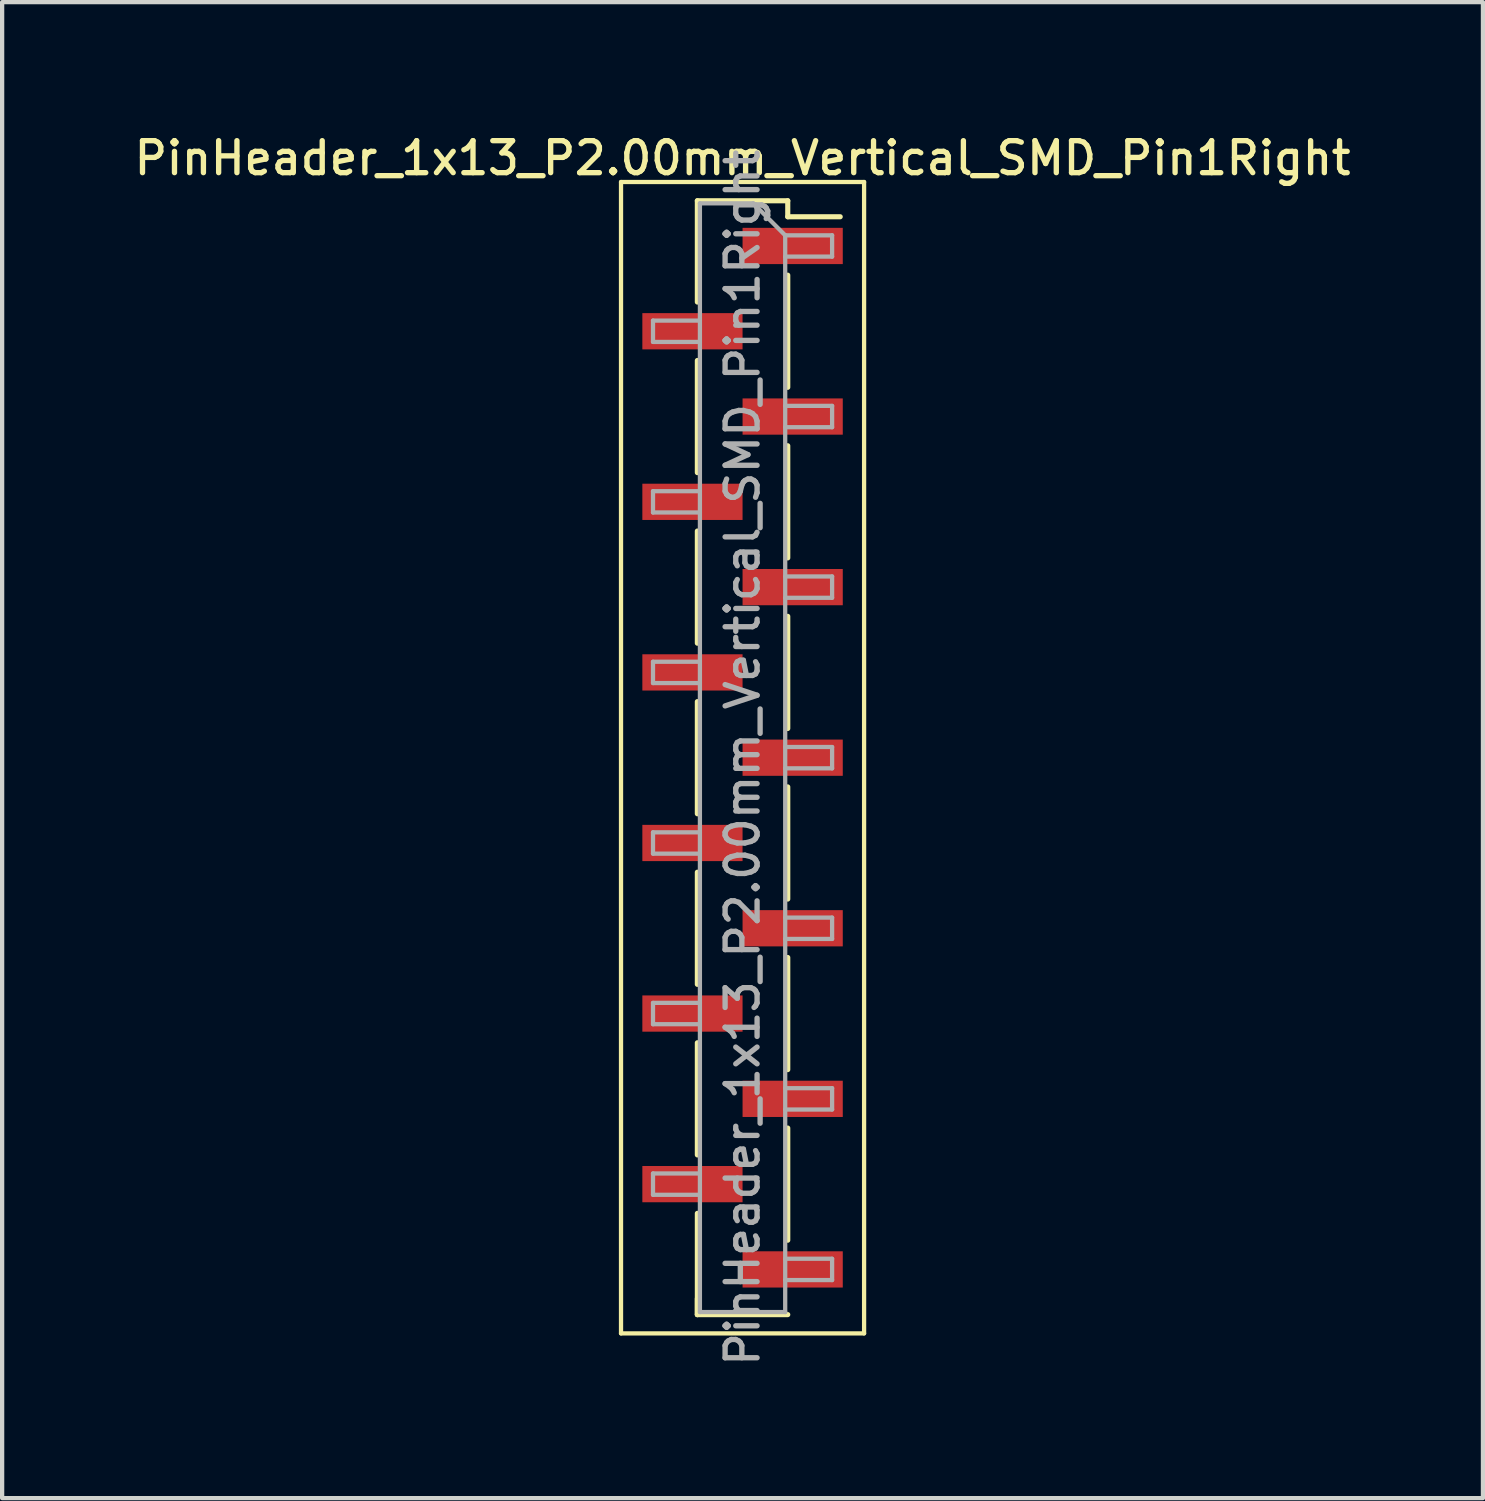
<source format=kicad_pcb>
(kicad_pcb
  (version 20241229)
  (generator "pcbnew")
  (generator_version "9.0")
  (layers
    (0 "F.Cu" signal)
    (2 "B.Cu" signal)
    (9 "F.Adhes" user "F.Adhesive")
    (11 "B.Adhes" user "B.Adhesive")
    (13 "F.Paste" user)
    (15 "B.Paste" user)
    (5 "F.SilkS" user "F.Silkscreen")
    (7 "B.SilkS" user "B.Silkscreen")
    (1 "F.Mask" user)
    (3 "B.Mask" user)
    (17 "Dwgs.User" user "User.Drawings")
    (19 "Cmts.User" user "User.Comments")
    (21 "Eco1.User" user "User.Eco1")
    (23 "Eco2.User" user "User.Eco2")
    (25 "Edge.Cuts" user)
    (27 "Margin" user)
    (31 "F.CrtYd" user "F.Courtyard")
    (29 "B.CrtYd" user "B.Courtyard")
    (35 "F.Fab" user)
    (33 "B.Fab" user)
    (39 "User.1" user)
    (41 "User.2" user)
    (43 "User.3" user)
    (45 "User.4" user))
  (footprint "PinHeader_1x13_P2.00mm_Vertical_SMD_Pin1Right"
    (layer "F.Cu")
    (at 14.363 14.718)
    (property "Reference" "PinHeader_1x13_P2.00mm_Vertical_SMD_Pin1Right" (at 0 -14.06 0) (layer "F.SilkS") (effects (font (size 0.75 0.75) (thickness 0.125))))
    (attr smd)
    (fp_line (start -2.85 -13.5) (end -2.85 13.5) (stroke (width 0.1) (type solid)) (layer "F.SilkS"))
    (fp_line (start -2.85 13.5) (end 2.85 13.5) (stroke (width 0.1) (type solid)) (layer "F.SilkS"))
    (fp_line (start -1.06 -13.06) (end -1.06 -10.685) (stroke (width 0.12) (type solid)) (layer "F.SilkS"))
    (fp_line (start -1.06 -13.06) (end 1.06 -13.06) (stroke (width 0.12) (type solid)) (layer "F.SilkS"))
    (fp_line (start -1.06 -9.315) (end -1.06 -6.685) (stroke (width 0.12) (type solid)) (layer "F.SilkS"))
    (fp_line (start -1.06 -5.315) (end -1.06 -2.685) (stroke (width 0.12) (type solid)) (layer "F.SilkS"))
    (fp_line (start -1.06 -1.315) (end -1.06 1.315) (stroke (width 0.12) (type solid)) (layer "F.SilkS"))
    (fp_line (start -1.06 2.685) (end -1.06 5.315) (stroke (width 0.12) (type solid)) (layer "F.SilkS"))
    (fp_line (start -1.06 6.685) (end -1.06 9.315) (stroke (width 0.12) (type solid)) (layer "F.SilkS"))
    (fp_line (start -1.06 10.685) (end -1.06 13.06) (stroke (width 0.12) (type solid)) (layer "F.SilkS"))
    (fp_line (start -1.06 12.685) (end -1.06 13.06) (stroke (width 0.12) (type solid)) (layer "F.SilkS"))
    (fp_line (start -1.06 13.06) (end 1.06 13.06) (stroke (width 0.12) (type solid)) (layer "F.SilkS"))
    (fp_line (start 1.06 -13.06) (end 1.06 -12.685) (stroke (width 0.12) (type solid)) (layer "F.SilkS"))
    (fp_line (start 1.06 -12.685) (end 2.29 -12.685) (stroke (width 0.12) (type solid)) (layer "F.SilkS"))
    (fp_line (start 1.06 -11.315) (end 1.06 -8.685) (stroke (width 0.12) (type solid)) (layer "F.SilkS"))
    (fp_line (start 1.06 -7.315) (end 1.06 -4.685) (stroke (width 0.12) (type solid)) (layer "F.SilkS"))
    (fp_line (start 1.06 -3.315) (end 1.06 -0.685) (stroke (width 0.12) (type solid)) (layer "F.SilkS"))
    (fp_line (start 1.06 0.685) (end 1.06 3.315) (stroke (width 0.12) (type solid)) (layer "F.SilkS"))
    (fp_line (start 1.06 4.685) (end 1.06 7.315) (stroke (width 0.12) (type solid)) (layer "F.SilkS"))
    (fp_line (start 1.06 8.685) (end 1.06 11.315) (stroke (width 0.12) (type solid)) (layer "F.SilkS"))
    (fp_line (start 2.85 -13.5) (end -2.85 -13.5) (stroke (width 0.1) (type solid)) (layer "F.SilkS"))
    (fp_line (start 2.85 13.5) (end 2.85 -13.5) (stroke (width 0.1) (type solid)) (layer "F.SilkS"))
    (fp_line (start -2.1 -10.25) (end -2.1 -9.75) (stroke (width 0.1) (type solid)) (layer "F.Fab"))
    (fp_line (start -2.1 -9.75) (end -1 -9.75) (stroke (width 0.1) (type solid)) (layer "F.Fab"))
    (fp_line (start -2.1 -6.25) (end -2.1 -5.75) (stroke (width 0.1) (type solid)) (layer "F.Fab"))
    (fp_line (start -2.1 -5.75) (end -1 -5.75) (stroke (width 0.1) (type solid)) (layer "F.Fab"))
    (fp_line (start -2.1 -2.25) (end -2.1 -1.75) (stroke (width 0.1) (type solid)) (layer "F.Fab"))
    (fp_line (start -2.1 -1.75) (end -1 -1.75) (stroke (width 0.1) (type solid)) (layer "F.Fab"))
    (fp_line (start -2.1 1.75) (end -2.1 2.25) (stroke (width 0.1) (type solid)) (layer "F.Fab"))
    (fp_line (start -2.1 2.25) (end -1 2.25) (stroke (width 0.1) (type solid)) (layer "F.Fab"))
    (fp_line (start -2.1 5.75) (end -2.1 6.25) (stroke (width 0.1) (type solid)) (layer "F.Fab"))
    (fp_line (start -2.1 6.25) (end -1 6.25) (stroke (width 0.1) (type solid)) (layer "F.Fab"))
    (fp_line (start -2.1 9.75) (end -2.1 10.25) (stroke (width 0.1) (type solid)) (layer "F.Fab"))
    (fp_line (start -2.1 10.25) (end -1 10.25) (stroke (width 0.1) (type solid)) (layer "F.Fab"))
    (fp_line (start -1 -13) (end -1 13) (stroke (width 0.1) (type solid)) (layer "F.Fab"))
    (fp_line (start -1 -13) (end 0.25 -13) (stroke (width 0.1) (type solid)) (layer "F.Fab"))
    (fp_line (start -1 -10.25) (end -2.1 -10.25) (stroke (width 0.1) (type solid)) (layer "F.Fab"))
    (fp_line (start -1 -6.25) (end -2.1 -6.25) (stroke (width 0.1) (type solid)) (layer "F.Fab"))
    (fp_line (start -1 -2.25) (end -2.1 -2.25) (stroke (width 0.1) (type solid)) (layer "F.Fab"))
    (fp_line (start -1 1.75) (end -2.1 1.75) (stroke (width 0.1) (type solid)) (layer "F.Fab"))
    (fp_line (start -1 5.75) (end -2.1 5.75) (stroke (width 0.1) (type solid)) (layer "F.Fab"))
    (fp_line (start -1 9.75) (end -2.1 9.75) (stroke (width 0.1) (type solid)) (layer "F.Fab"))
    (fp_line (start 1 -12.25) (end 0.25 -13) (stroke (width 0.1) (type solid)) (layer "F.Fab"))
    (fp_line (start 1 -12.25) (end 2.1 -12.25) (stroke (width 0.1) (type solid)) (layer "F.Fab"))
    (fp_line (start 1 -8.25) (end 2.1 -8.25) (stroke (width 0.1) (type solid)) (layer "F.Fab"))
    (fp_line (start 1 -4.25) (end 2.1 -4.25) (stroke (width 0.1) (type solid)) (layer "F.Fab"))
    (fp_line (start 1 -0.25) (end 2.1 -0.25) (stroke (width 0.1) (type solid)) (layer "F.Fab"))
    (fp_line (start 1 3.75) (end 2.1 3.75) (stroke (width 0.1) (type solid)) (layer "F.Fab"))
    (fp_line (start 1 7.75) (end 2.1 7.75) (stroke (width 0.1) (type solid)) (layer "F.Fab"))
    (fp_line (start 1 11.75) (end 2.1 11.75) (stroke (width 0.1) (type solid)) (layer "F.Fab"))
    (fp_line (start 1 13) (end -1 13) (stroke (width 0.1) (type solid)) (layer "F.Fab"))
    (fp_line (start 1 13) (end 1 -12.25) (stroke (width 0.1) (type solid)) (layer "F.Fab"))
    (fp_line (start 2.1 -12.25) (end 2.1 -11.75) (stroke (width 0.1) (type solid)) (layer "F.Fab"))
    (fp_line (start 2.1 -11.75) (end 1 -11.75) (stroke (width 0.1) (type solid)) (layer "F.Fab"))
    (fp_line (start 2.1 -8.25) (end 2.1 -7.75) (stroke (width 0.1) (type solid)) (layer "F.Fab"))
    (fp_line (start 2.1 -7.75) (end 1 -7.75) (stroke (width 0.1) (type solid)) (layer "F.Fab"))
    (fp_line (start 2.1 -4.25) (end 2.1 -3.75) (stroke (width 0.1) (type solid)) (layer "F.Fab"))
    (fp_line (start 2.1 -3.75) (end 1 -3.75) (stroke (width 0.1) (type solid)) (layer "F.Fab"))
    (fp_line (start 2.1 -0.25) (end 2.1 0.25) (stroke (width 0.1) (type solid)) (layer "F.Fab"))
    (fp_line (start 2.1 0.25) (end 1 0.25) (stroke (width 0.1) (type solid)) (layer "F.Fab"))
    (fp_line (start 2.1 3.75) (end 2.1 4.25) (stroke (width 0.1) (type solid)) (layer "F.Fab"))
    (fp_line (start 2.1 4.25) (end 1 4.25) (stroke (width 0.1) (type solid)) (layer "F.Fab"))
    (fp_line (start 2.1 7.75) (end 2.1 8.25) (stroke (width 0.1) (type solid)) (layer "F.Fab"))
    (fp_line (start 2.1 8.25) (end 1 8.25) (stroke (width 0.1) (type solid)) (layer "F.Fab"))
    (fp_line (start 2.1 11.75) (end 2.1 12.25) (stroke (width 0.1) (type solid)) (layer "F.Fab"))
    (fp_line (start 2.1 12.25) (end 1 12.25) (stroke (width 0.1) (type solid)) (layer "F.Fab"))
    (fp_text user "${REFERENCE}" (at 0 0 90) (layer "F.Fab") (effects (font (size 0.75 0.75) (thickness 0.125))))
    (pad "1" smd rect (at 1.175 -12) (size 2.35 0.85) (layers "F.Cu" "F.Mask" "F.Paste"))
    (pad "2" smd rect (at -1.175 -10) (size 2.35 0.85) (layers "F.Cu" "F.Mask" "F.Paste"))
    (pad "3" smd rect (at 1.175 -8) (size 2.35 0.85) (layers "F.Cu" "F.Mask" "F.Paste"))
    (pad "4" smd rect (at -1.175 -6) (size 2.35 0.85) (layers "F.Cu" "F.Mask" "F.Paste"))
    (pad "5" smd rect (at 1.175 -4) (size 2.35 0.85) (layers "F.Cu" "F.Mask" "F.Paste"))
    (pad "6" smd rect (at -1.175 -2) (size 2.35 0.85) (layers "F.Cu" "F.Mask" "F.Paste"))
    (pad "7" smd rect (at 1.175 0) (size 2.35 0.85) (layers "F.Cu" "F.Mask" "F.Paste"))
    (pad "8" smd rect (at -1.175 2) (size 2.35 0.85) (layers "F.Cu" "F.Mask" "F.Paste"))
    (pad "9" smd rect (at 1.175 4) (size 2.35 0.85) (layers "F.Cu" "F.Mask" "F.Paste"))
    (pad "10" smd rect (at -1.175 6) (size 2.35 0.85) (layers "F.Cu" "F.Mask" "F.Paste"))
    (pad "11" smd rect (at 1.175 8) (size 2.35 0.85) (layers "F.Cu" "F.Mask" "F.Paste"))
    (pad "12" smd rect (at -1.175 10) (size 2.35 0.85) (layers "F.Cu" "F.Mask" "F.Paste"))
    (pad "13" smd rect (at 1.175 12) (size 2.35 0.85) (layers "F.Cu" "F.Mask" "F.Paste")))
  (gr_rect
    (start -3 -3)
    (end 31.725 32.081)
    (stroke (width 0.1) (type default))
    (fill no)
    (layer "Edge.Cuts")))
</source>
